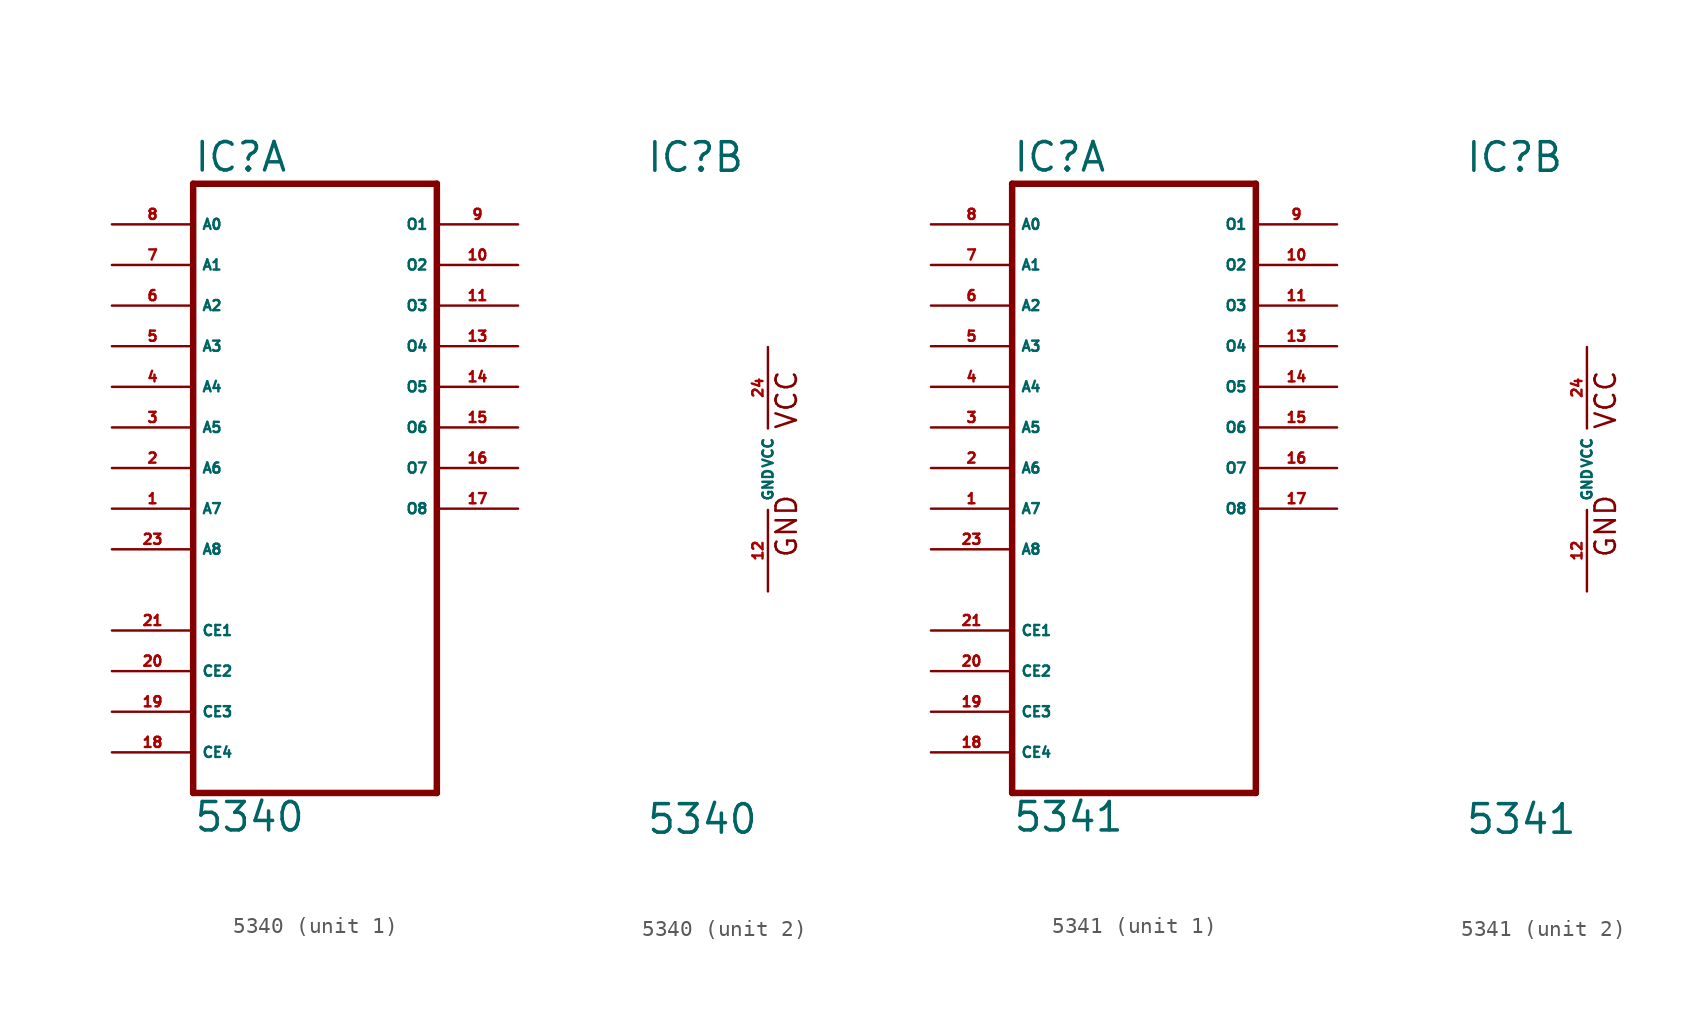
<source format=kicad_sym>
(kicad_symbol_lib
  (version 20220914)
  (generator Eagle2Kicad)
  (symbol "5340"
    (property "Reference" "IC"
      (at -7.62 18.415 0)
      (effects (font (size 1.778 1.778) (thickness 0.22)) (justify left bottom)))
    (property "Value" "5340"
      (at -7.62 -22.86 0)
      (effects (font (size 1.778 1.778) (thickness 0.22)) (justify left bottom)))
    (symbol "5340_1_0"
      (polyline (pts (xy -7.62 -20.32) (xy 7.62 -20.32)) (stroke (width 0.406) (type default)) (fill (type none)))
      (polyline (pts (xy 7.62 -20.32) (xy 7.62 17.78)) (stroke (width 0.406) (type default)) (fill (type none)))
      (polyline (pts (xy 7.62 17.78) (xy -7.62 17.78)) (stroke (width 0.406) (type default)) (fill (type none)))
      (polyline (pts (xy -7.62 17.78) (xy -7.62 -20.32)) (stroke (width 0.406) (type default)) (fill (type none)))
      (pin input line (at -12.7 -2.54 0) (length 5.08) (name "A7" (effects (font (size 0.635 0.635) (thickness 0.08)) (justify left bottom))) (number "1" (effects (font (size 0.635 0.635) (thickness 0.08)) (justify left bottom))))
      (pin input line (at -12.7 0 0) (length 5.08) (name "A6" (effects (font (size 0.635 0.635) (thickness 0.08)) (justify left bottom))) (number "2" (effects (font (size 0.635 0.635) (thickness 0.08)) (justify left bottom))))
      (pin input line (at -12.7 2.54 0) (length 5.08) (name "A5" (effects (font (size 0.635 0.635) (thickness 0.08)) (justify left bottom))) (number "3" (effects (font (size 0.635 0.635) (thickness 0.08)) (justify left bottom))))
      (pin input line (at -12.7 5.08 0) (length 5.08) (name "A4" (effects (font (size 0.635 0.635) (thickness 0.08)) (justify left bottom))) (number "4" (effects (font (size 0.635 0.635) (thickness 0.08)) (justify left bottom))))
      (pin input line (at -12.7 7.62 0) (length 5.08) (name "A3" (effects (font (size 0.635 0.635) (thickness 0.08)) (justify left bottom))) (number "5" (effects (font (size 0.635 0.635) (thickness 0.08)) (justify left bottom))))
      (pin input line (at -12.7 10.16 0) (length 5.08) (name "A2" (effects (font (size 0.635 0.635) (thickness 0.08)) (justify left bottom))) (number "6" (effects (font (size 0.635 0.635) (thickness 0.08)) (justify left bottom))))
      (pin input line (at -12.7 12.7 0) (length 5.08) (name "A1" (effects (font (size 0.635 0.635) (thickness 0.08)) (justify left bottom))) (number "7" (effects (font (size 0.635 0.635) (thickness 0.08)) (justify left bottom))))
      (pin input line (at -12.7 15.24 0) (length 5.08) (name "A0" (effects (font (size 0.635 0.635) (thickness 0.08)) (justify left bottom))) (number "8" (effects (font (size 0.635 0.635) (thickness 0.08)) (justify left bottom))))
      (pin open_collector line (at 12.7 15.24 180) (length 5.08) (name "O1" (effects (font (size 0.635 0.635) (thickness 0.08)) (justify left bottom))) (number "9" (effects (font (size 0.635 0.635) (thickness 0.08)) (justify left bottom))))
      (pin open_collector line (at 12.7 12.7 180) (length 5.08) (name "O2" (effects (font (size 0.635 0.635) (thickness 0.08)) (justify left bottom))) (number "10" (effects (font (size 0.635 0.635) (thickness 0.08)) (justify left bottom))))
      (pin open_collector line (at 12.7 10.16 180) (length 5.08) (name "O3" (effects (font (size 0.635 0.635) (thickness 0.08)) (justify left bottom))) (number "11" (effects (font (size 0.635 0.635) (thickness 0.08)) (justify left bottom))))
      (pin open_collector line (at 12.7 7.62 180) (length 5.08) (name "O4" (effects (font (size 0.635 0.635) (thickness 0.08)) (justify left bottom))) (number "13" (effects (font (size 0.635 0.635) (thickness 0.08)) (justify left bottom))))
      (pin open_collector line (at 12.7 5.08 180) (length 5.08) (name "O5" (effects (font (size 0.635 0.635) (thickness 0.08)) (justify left bottom))) (number "14" (effects (font (size 0.635 0.635) (thickness 0.08)) (justify left bottom))))
      (pin open_collector line (at 12.7 2.54 180) (length 5.08) (name "O6" (effects (font (size 0.635 0.635) (thickness 0.08)) (justify left bottom))) (number "15" (effects (font (size 0.635 0.635) (thickness 0.08)) (justify left bottom))))
      (pin open_collector line (at 12.7 0 180) (length 5.08) (name "O7" (effects (font (size 0.635 0.635) (thickness 0.08)) (justify left bottom))) (number "16" (effects (font (size 0.635 0.635) (thickness 0.08)) (justify left bottom))))
      (pin open_collector line (at 12.7 -2.54 180) (length 5.08) (name "O8" (effects (font (size 0.635 0.635) (thickness 0.08)) (justify left bottom))) (number "17" (effects (font (size 0.635 0.635) (thickness 0.08)) (justify left bottom))))
      (pin input line (at -12.7 -17.78 0) (length 5.08) (name "CE4" (effects (font (size 0.635 0.635) (thickness 0.08)) (justify left bottom))) (number "18" (effects (font (size 0.635 0.635) (thickness 0.08)) (justify left bottom))))
      (pin input line (at -12.7 -15.24 0) (length 5.08) (name "CE3" (effects (font (size 0.635 0.635) (thickness 0.08)) (justify left bottom))) (number "19" (effects (font (size 0.635 0.635) (thickness 0.08)) (justify left bottom))))
      (pin input line (at -12.7 -12.7 0) (length 5.08) (name "CE2" (effects (font (size 0.635 0.635) (thickness 0.08)) (justify left bottom))) (number "20" (effects (font (size 0.635 0.635) (thickness 0.08)) (justify left bottom))))
      (pin input line (at -12.7 -10.16 0) (length 5.08) (name "CE1" (effects (font (size 0.635 0.635) (thickness 0.08)) (justify left bottom))) (number "21" (effects (font (size 0.635 0.635) (thickness 0.08)) (justify left bottom))))
      (pin input line (at -12.7 -5.08 0) (length 5.08) (name "A8" (effects (font (size 0.635 0.635) (thickness 0.08)) (justify left bottom))) (number "23" (effects (font (size 0.635 0.635) (thickness 0.08)) (justify left bottom)))))
    (symbol "5340_2_0"
      (text "GND" (at 1.905 -5.588 900) (effects (font (size 1.27 1.27) (thickness 0.16)) (justify left bottom)))
      (text "VCC" (at 1.905 2.413 900) (effects (font (size 1.27 1.27) (thickness 0.16)) (justify left bottom)))
      (pin unspecified line (at 0 -7.62 90) (length 5.08) (name "GND" (effects (font (size 0.635 0.635) (thickness 0.08)) (justify left bottom))) (number "12" (effects (font (size 0.635 0.635) (thickness 0.08)) (justify left bottom))))
      (pin unspecified line (at 0 7.62 270) (length 5.08) (name "VCC" (effects (font (size 0.635 0.635) (thickness 0.08)) (justify left bottom))) (number "24" (effects (font (size 0.635 0.635) (thickness 0.08)) (justify left bottom))))))
  (symbol "5341"
    (property "Reference" "IC"
      (at -7.62 18.415 0)
      (effects (font (size 1.778 1.778) (thickness 0.22)) (justify left bottom)))
    (property "Value" "5341"
      (at -7.62 -22.86 0)
      (effects (font (size 1.778 1.778) (thickness 0.22)) (justify left bottom)))
    (symbol "5341_1_0"
      (polyline (pts (xy -7.62 -20.32) (xy 7.62 -20.32)) (stroke (width 0.406) (type default)) (fill (type none)))
      (polyline (pts (xy 7.62 -20.32) (xy 7.62 17.78)) (stroke (width 0.406) (type default)) (fill (type none)))
      (polyline (pts (xy 7.62 17.78) (xy -7.62 17.78)) (stroke (width 0.406) (type default)) (fill (type none)))
      (polyline (pts (xy -7.62 17.78) (xy -7.62 -20.32)) (stroke (width 0.406) (type default)) (fill (type none)))
      (pin input line (at -12.7 -2.54 0) (length 5.08) (name "A7" (effects (font (size 0.635 0.635) (thickness 0.08)) (justify left bottom))) (number "1" (effects (font (size 0.635 0.635) (thickness 0.08)) (justify left bottom))))
      (pin input line (at -12.7 0 0) (length 5.08) (name "A6" (effects (font (size 0.635 0.635) (thickness 0.08)) (justify left bottom))) (number "2" (effects (font (size 0.635 0.635) (thickness 0.08)) (justify left bottom))))
      (pin input line (at -12.7 2.54 0) (length 5.08) (name "A5" (effects (font (size 0.635 0.635) (thickness 0.08)) (justify left bottom))) (number "3" (effects (font (size 0.635 0.635) (thickness 0.08)) (justify left bottom))))
      (pin input line (at -12.7 5.08 0) (length 5.08) (name "A4" (effects (font (size 0.635 0.635) (thickness 0.08)) (justify left bottom))) (number "4" (effects (font (size 0.635 0.635) (thickness 0.08)) (justify left bottom))))
      (pin input line (at -12.7 7.62 0) (length 5.08) (name "A3" (effects (font (size 0.635 0.635) (thickness 0.08)) (justify left bottom))) (number "5" (effects (font (size 0.635 0.635) (thickness 0.08)) (justify left bottom))))
      (pin input line (at -12.7 10.16 0) (length 5.08) (name "A2" (effects (font (size 0.635 0.635) (thickness 0.08)) (justify left bottom))) (number "6" (effects (font (size 0.635 0.635) (thickness 0.08)) (justify left bottom))))
      (pin input line (at -12.7 12.7 0) (length 5.08) (name "A1" (effects (font (size 0.635 0.635) (thickness 0.08)) (justify left bottom))) (number "7" (effects (font (size 0.635 0.635) (thickness 0.08)) (justify left bottom))))
      (pin input line (at -12.7 15.24 0) (length 5.08) (name "A0" (effects (font (size 0.635 0.635) (thickness 0.08)) (justify left bottom))) (number "8" (effects (font (size 0.635 0.635) (thickness 0.08)) (justify left bottom))))
      (pin tri_state line (at 12.7 15.24 180) (length 5.08) (name "O1" (effects (font (size 0.635 0.635) (thickness 0.08)) (justify left bottom))) (number "9" (effects (font (size 0.635 0.635) (thickness 0.08)) (justify left bottom))))
      (pin tri_state line (at 12.7 12.7 180) (length 5.08) (name "O2" (effects (font (size 0.635 0.635) (thickness 0.08)) (justify left bottom))) (number "10" (effects (font (size 0.635 0.635) (thickness 0.08)) (justify left bottom))))
      (pin tri_state line (at 12.7 10.16 180) (length 5.08) (name "O3" (effects (font (size 0.635 0.635) (thickness 0.08)) (justify left bottom))) (number "11" (effects (font (size 0.635 0.635) (thickness 0.08)) (justify left bottom))))
      (pin tri_state line (at 12.7 7.62 180) (length 5.08) (name "O4" (effects (font (size 0.635 0.635) (thickness 0.08)) (justify left bottom))) (number "13" (effects (font (size 0.635 0.635) (thickness 0.08)) (justify left bottom))))
      (pin tri_state line (at 12.7 5.08 180) (length 5.08) (name "O5" (effects (font (size 0.635 0.635) (thickness 0.08)) (justify left bottom))) (number "14" (effects (font (size 0.635 0.635) (thickness 0.08)) (justify left bottom))))
      (pin tri_state line (at 12.7 2.54 180) (length 5.08) (name "O6" (effects (font (size 0.635 0.635) (thickness 0.08)) (justify left bottom))) (number "15" (effects (font (size 0.635 0.635) (thickness 0.08)) (justify left bottom))))
      (pin tri_state line (at 12.7 0 180) (length 5.08) (name "O7" (effects (font (size 0.635 0.635) (thickness 0.08)) (justify left bottom))) (number "16" (effects (font (size 0.635 0.635) (thickness 0.08)) (justify left bottom))))
      (pin tri_state line (at 12.7 -2.54 180) (length 5.08) (name "O8" (effects (font (size 0.635 0.635) (thickness 0.08)) (justify left bottom))) (number "17" (effects (font (size 0.635 0.635) (thickness 0.08)) (justify left bottom))))
      (pin input line (at -12.7 -17.78 0) (length 5.08) (name "CE4" (effects (font (size 0.635 0.635) (thickness 0.08)) (justify left bottom))) (number "18" (effects (font (size 0.635 0.635) (thickness 0.08)) (justify left bottom))))
      (pin input line (at -12.7 -15.24 0) (length 5.08) (name "CE3" (effects (font (size 0.635 0.635) (thickness 0.08)) (justify left bottom))) (number "19" (effects (font (size 0.635 0.635) (thickness 0.08)) (justify left bottom))))
      (pin input line (at -12.7 -12.7 0) (length 5.08) (name "CE2" (effects (font (size 0.635 0.635) (thickness 0.08)) (justify left bottom))) (number "20" (effects (font (size 0.635 0.635) (thickness 0.08)) (justify left bottom))))
      (pin input line (at -12.7 -10.16 0) (length 5.08) (name "CE1" (effects (font (size 0.635 0.635) (thickness 0.08)) (justify left bottom))) (number "21" (effects (font (size 0.635 0.635) (thickness 0.08)) (justify left bottom))))
      (pin input line (at -12.7 -5.08 0) (length 5.08) (name "A8" (effects (font (size 0.635 0.635) (thickness 0.08)) (justify left bottom))) (number "23" (effects (font (size 0.635 0.635) (thickness 0.08)) (justify left bottom)))))
    (symbol "5341_2_0"
      (text "GND" (at 1.905 -5.588 900) (effects (font (size 1.27 1.27) (thickness 0.16)) (justify left bottom)))
      (text "VCC" (at 1.905 2.413 900) (effects (font (size 1.27 1.27) (thickness 0.16)) (justify left bottom)))
      (pin unspecified line (at 0 -7.62 90) (length 5.08) (name "GND" (effects (font (size 0.635 0.635) (thickness 0.08)) (justify left bottom))) (number "12" (effects (font (size 0.635 0.635) (thickness 0.08)) (justify left bottom))))
      (pin unspecified line (at 0 7.62 270) (length 5.08) (name "VCC" (effects (font (size 0.635 0.635) (thickness 0.08)) (justify left bottom))) (number "24" (effects (font (size 0.635 0.635) (thickness 0.08)) (justify left bottom)))))))
</source>
